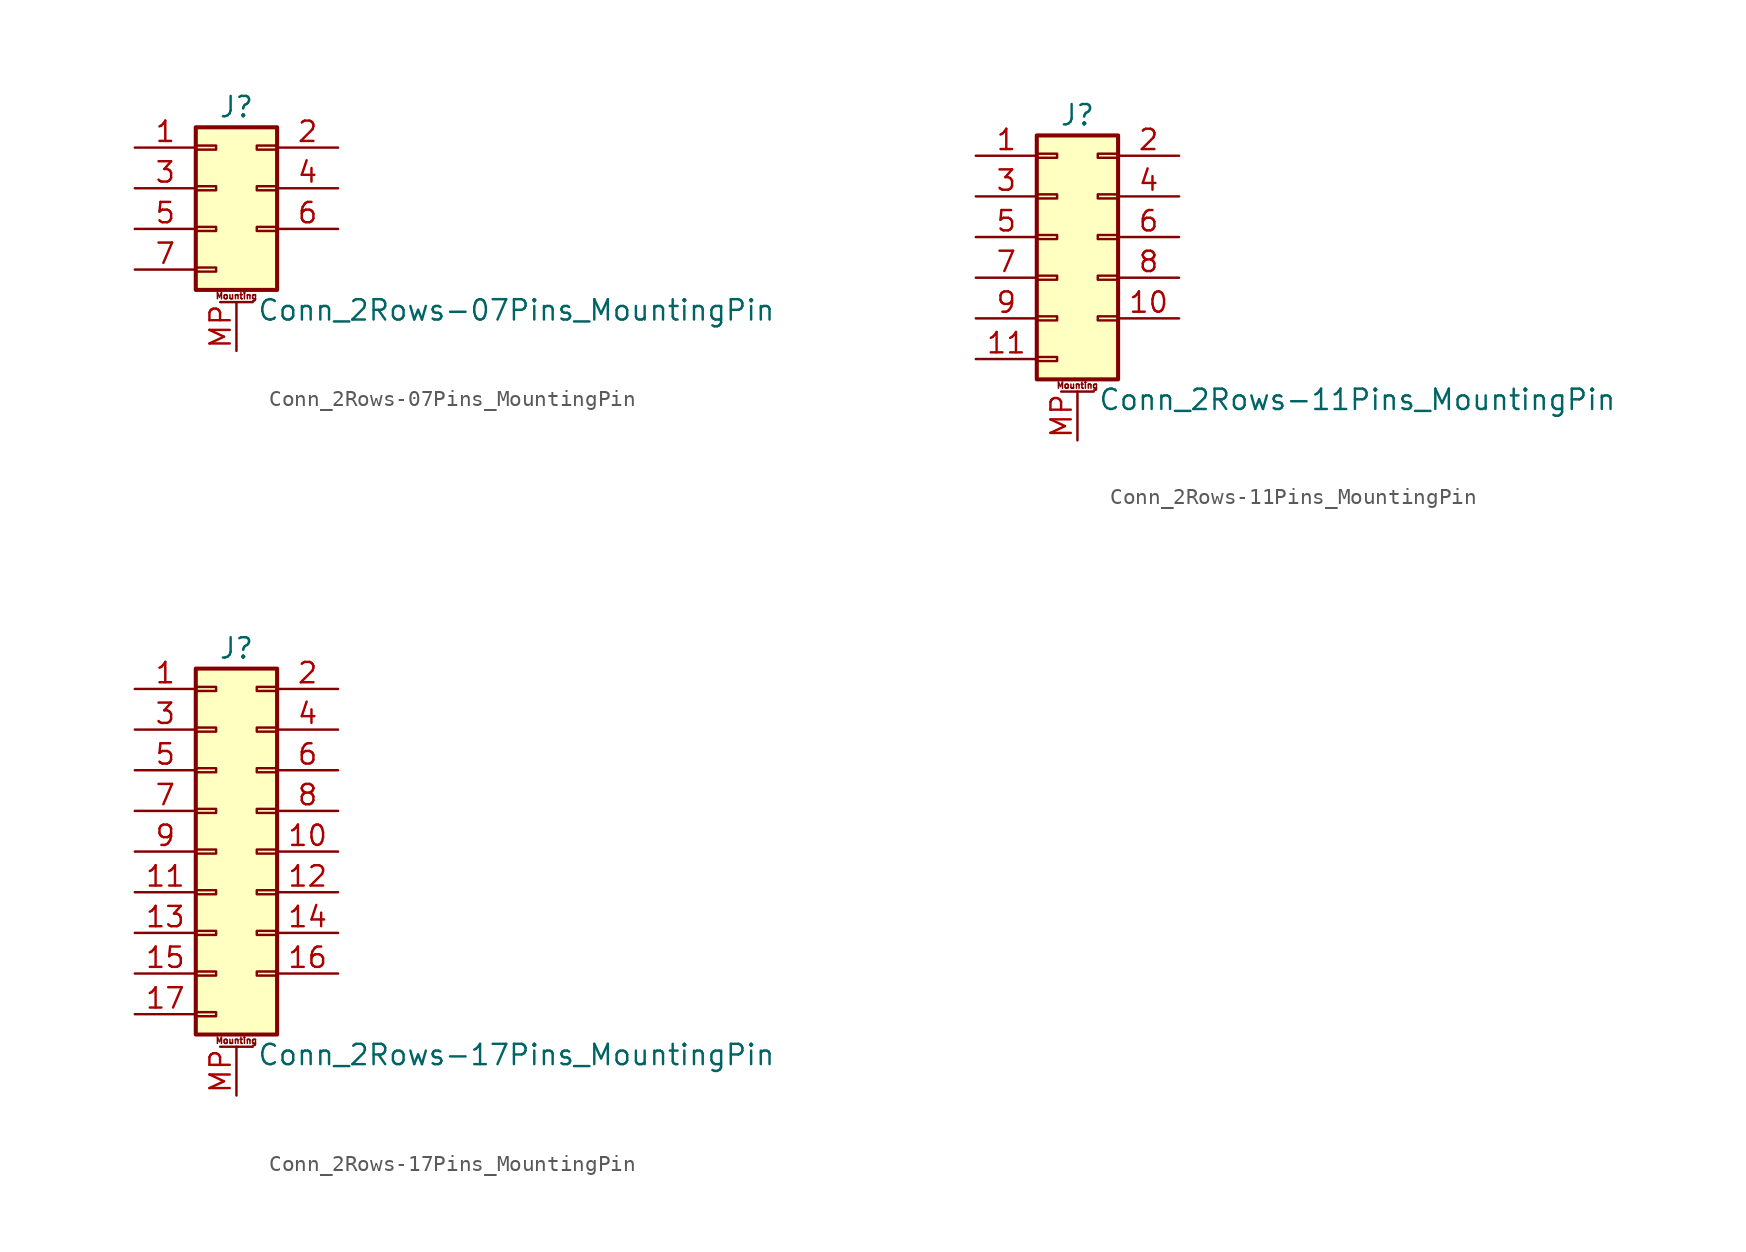
<source format=kicad_sym>
(kicad_symbol_lib
  (version 20211014)
  (generator kicad_symbol_editor)
  (symbol "Conn_2Rows-07Pins_MountingPin"
    (pin_names
      (offset 1.016) hide)
    (property "Reference" "J"
      (at 1.27 5.08 0)
      (effects (font (size 1.27 1.27))))
    (property "Value" "Conn_2Rows-07Pins_MountingPin"
      (at 2.54 -7.62 0)
      (effects (font (size 1.27 1.27)) (justify left)))
    (symbol "Conn_2Rows-07Pins_MountingPin_1_1"
      (rectangle (start -1.27 -4.953) (end 0 -5.207) (stroke (width 0.152) (type default) (color 0 0 0 0)) (fill (type none)))
      (rectangle (start -1.27 -2.413) (end 0 -2.667) (stroke (width 0.152) (type default) (color 0 0 0 0)) (fill (type none)))
      (rectangle (start -1.27 0.127) (end 0 -0.127) (stroke (width 0.152) (type default) (color 0 0 0 0)) (fill (type none)))
      (rectangle (start -1.27 2.667) (end 0 2.413) (stroke (width 0.152) (type default) (color 0 0 0 0)) (fill (type none)))
      (rectangle (start -1.27 3.81) (end 3.81 -6.35) (stroke (width 0.254) (type default) (color 0 0 0 0)) (fill (type background)))
      (polyline (pts (xy 0.254 -7.112) (xy 2.286 -7.112)) (stroke (width 0.152) (type default) (color 0 0 0 0)) (fill (type none)))
      (rectangle (start 3.81 -2.413) (end 2.54 -2.667) (stroke (width 0.152) (type default) (color 0 0 0 0)) (fill (type none)))
      (rectangle (start 3.81 0.127) (end 2.54 -0.127) (stroke (width 0.152) (type default) (color 0 0 0 0)) (fill (type none)))
      (rectangle (start 3.81 2.667) (end 2.54 2.413) (stroke (width 0.152) (type default) (color 0 0 0 0)) (fill (type none)))
      (text "Mounting" (at 1.27 -6.731 0) (effects (font (size 0.381 0.381))))
      (pin passive line (at -5.08 2.54 0) (length 3.81) (name "Pin_1" (effects (font (size 1.27 1.27)))) (number "1" (effects (font (size 1.27 1.27)))))
      (pin passive line (at 7.62 2.54 180) (length 3.81) (name "Pin_2" (effects (font (size 1.27 1.27)))) (number "2" (effects (font (size 1.27 1.27)))))
      (pin passive line (at -5.08 0 0) (length 3.81) (name "Pin_3" (effects (font (size 1.27 1.27)))) (number "3" (effects (font (size 1.27 1.27)))))
      (pin passive line (at 7.62 0 180) (length 3.81) (name "Pin_4" (effects (font (size 1.27 1.27)))) (number "4" (effects (font (size 1.27 1.27)))))
      (pin passive line (at -5.08 -2.54 0) (length 3.81) (name "Pin_5" (effects (font (size 1.27 1.27)))) (number "5" (effects (font (size 1.27 1.27)))))
      (pin passive line (at 7.62 -2.54 180) (length 3.81) (name "Pin_6" (effects (font (size 1.27 1.27)))) (number "6" (effects (font (size 1.27 1.27)))))
      (pin passive line (at -5.08 -5.08 0) (length 3.81) (name "Pin_7" (effects (font (size 1.27 1.27)))) (number "7" (effects (font (size 1.27 1.27)))))
      (pin passive line (at 1.27 -10.16 90) (length 3.048) (name "MountPin" (effects (font (size 1.27 1.27)))) (number "MP" (effects (font (size 1.27 1.27)))))))
  (symbol "Conn_2Rows-11Pins_MountingPin"
    (pin_names
      (offset 1.016) hide)
    (property "Reference" "J"
      (at 1.27 7.62 0)
      (effects (font (size 1.27 1.27))))
    (property "Value" "Conn_2Rows-11Pins_MountingPin"
      (at 2.54 -10.16 0)
      (effects (font (size 1.27 1.27)) (justify left)))
    (symbol "Conn_2Rows-11Pins_MountingPin_1_1"
      (rectangle (start -1.27 -7.493) (end 0 -7.747) (stroke (width 0.152) (type default) (color 0 0 0 0)) (fill (type none)))
      (rectangle (start -1.27 -4.953) (end 0 -5.207) (stroke (width 0.152) (type default) (color 0 0 0 0)) (fill (type none)))
      (rectangle (start -1.27 -2.413) (end 0 -2.667) (stroke (width 0.152) (type default) (color 0 0 0 0)) (fill (type none)))
      (rectangle (start -1.27 0.127) (end 0 -0.127) (stroke (width 0.152) (type default) (color 0 0 0 0)) (fill (type none)))
      (rectangle (start -1.27 2.667) (end 0 2.413) (stroke (width 0.152) (type default) (color 0 0 0 0)) (fill (type none)))
      (rectangle (start -1.27 5.207) (end 0 4.953) (stroke (width 0.152) (type default) (color 0 0 0 0)) (fill (type none)))
      (rectangle (start -1.27 6.35) (end 3.81 -8.89) (stroke (width 0.254) (type default) (color 0 0 0 0)) (fill (type background)))
      (polyline (pts (xy 0.254 -9.652) (xy 2.286 -9.652)) (stroke (width 0.152) (type default) (color 0 0 0 0)) (fill (type none)))
      (rectangle (start 3.81 -4.953) (end 2.54 -5.207) (stroke (width 0.152) (type default) (color 0 0 0 0)) (fill (type none)))
      (rectangle (start 3.81 -2.413) (end 2.54 -2.667) (stroke (width 0.152) (type default) (color 0 0 0 0)) (fill (type none)))
      (rectangle (start 3.81 0.127) (end 2.54 -0.127) (stroke (width 0.152) (type default) (color 0 0 0 0)) (fill (type none)))
      (rectangle (start 3.81 2.667) (end 2.54 2.413) (stroke (width 0.152) (type default) (color 0 0 0 0)) (fill (type none)))
      (rectangle (start 3.81 5.207) (end 2.54 4.953) (stroke (width 0.152) (type default) (color 0 0 0 0)) (fill (type none)))
      (text "Mounting" (at 1.27 -9.271 0) (effects (font (size 0.381 0.381))))
      (pin passive line (at -5.08 5.08 0) (length 3.81) (name "Pin_1" (effects (font (size 1.27 1.27)))) (number "1" (effects (font (size 1.27 1.27)))))
      (pin passive line (at 7.62 -5.08 180) (length 3.81) (name "Pin_10" (effects (font (size 1.27 1.27)))) (number "10" (effects (font (size 1.27 1.27)))))
      (pin passive line (at -5.08 -7.62 0) (length 3.81) (name "Pin_11" (effects (font (size 1.27 1.27)))) (number "11" (effects (font (size 1.27 1.27)))))
      (pin passive line (at 7.62 5.08 180) (length 3.81) (name "Pin_2" (effects (font (size 1.27 1.27)))) (number "2" (effects (font (size 1.27 1.27)))))
      (pin passive line (at -5.08 2.54 0) (length 3.81) (name "Pin_3" (effects (font (size 1.27 1.27)))) (number "3" (effects (font (size 1.27 1.27)))))
      (pin passive line (at 7.62 2.54 180) (length 3.81) (name "Pin_4" (effects (font (size 1.27 1.27)))) (number "4" (effects (font (size 1.27 1.27)))))
      (pin passive line (at -5.08 0 0) (length 3.81) (name "Pin_5" (effects (font (size 1.27 1.27)))) (number "5" (effects (font (size 1.27 1.27)))))
      (pin passive line (at 7.62 0 180) (length 3.81) (name "Pin_6" (effects (font (size 1.27 1.27)))) (number "6" (effects (font (size 1.27 1.27)))))
      (pin passive line (at -5.08 -2.54 0) (length 3.81) (name "Pin_7" (effects (font (size 1.27 1.27)))) (number "7" (effects (font (size 1.27 1.27)))))
      (pin passive line (at 7.62 -2.54 180) (length 3.81) (name "Pin_8" (effects (font (size 1.27 1.27)))) (number "8" (effects (font (size 1.27 1.27)))))
      (pin passive line (at -5.08 -5.08 0) (length 3.81) (name "Pin_9" (effects (font (size 1.27 1.27)))) (number "9" (effects (font (size 1.27 1.27)))))
      (pin passive line (at 1.27 -12.7 90) (length 3.048) (name "MountPin" (effects (font (size 1.27 1.27)))) (number "MP" (effects (font (size 1.27 1.27)))))))
  (symbol "Conn_2Rows-17Pins_MountingPin"
    (pin_names
      (offset 1.016) hide)
    (property "Reference" "J"
      (at 1.27 12.7 0)
      (effects (font (size 1.27 1.27))))
    (property "Value" "Conn_2Rows-17Pins_MountingPin"
      (at 2.54 -12.7 0)
      (effects (font (size 1.27 1.27)) (justify left)))
    (symbol "Conn_2Rows-17Pins_MountingPin_1_1"
      (rectangle (start -1.27 -10.033) (end 0 -10.287) (stroke (width 0.152) (type default) (color 0 0 0 0)) (fill (type none)))
      (rectangle (start -1.27 -7.493) (end 0 -7.747) (stroke (width 0.152) (type default) (color 0 0 0 0)) (fill (type none)))
      (rectangle (start -1.27 -4.953) (end 0 -5.207) (stroke (width 0.152) (type default) (color 0 0 0 0)) (fill (type none)))
      (rectangle (start -1.27 -2.413) (end 0 -2.667) (stroke (width 0.152) (type default) (color 0 0 0 0)) (fill (type none)))
      (rectangle (start -1.27 0.127) (end 0 -0.127) (stroke (width 0.152) (type default) (color 0 0 0 0)) (fill (type none)))
      (rectangle (start -1.27 2.667) (end 0 2.413) (stroke (width 0.152) (type default) (color 0 0 0 0)) (fill (type none)))
      (rectangle (start -1.27 5.207) (end 0 4.953) (stroke (width 0.152) (type default) (color 0 0 0 0)) (fill (type none)))
      (rectangle (start -1.27 7.747) (end 0 7.493) (stroke (width 0.152) (type default) (color 0 0 0 0)) (fill (type none)))
      (rectangle (start -1.27 10.287) (end 0 10.033) (stroke (width 0.152) (type default) (color 0 0 0 0)) (fill (type none)))
      (rectangle (start -1.27 11.43) (end 3.81 -11.43) (stroke (width 0.254) (type default) (color 0 0 0 0)) (fill (type background)))
      (polyline (pts (xy 0.254 -12.192) (xy 2.286 -12.192)) (stroke (width 0.152) (type default) (color 0 0 0 0)) (fill (type none)))
      (rectangle (start 3.81 -7.493) (end 2.54 -7.747) (stroke (width 0.152) (type default) (color 0 0 0 0)) (fill (type none)))
      (rectangle (start 3.81 -4.953) (end 2.54 -5.207) (stroke (width 0.152) (type default) (color 0 0 0 0)) (fill (type none)))
      (rectangle (start 3.81 -2.413) (end 2.54 -2.667) (stroke (width 0.152) (type default) (color 0 0 0 0)) (fill (type none)))
      (rectangle (start 3.81 0.127) (end 2.54 -0.127) (stroke (width 0.152) (type default) (color 0 0 0 0)) (fill (type none)))
      (rectangle (start 3.81 2.667) (end 2.54 2.413) (stroke (width 0.152) (type default) (color 0 0 0 0)) (fill (type none)))
      (rectangle (start 3.81 5.207) (end 2.54 4.953) (stroke (width 0.152) (type default) (color 0 0 0 0)) (fill (type none)))
      (rectangle (start 3.81 7.747) (end 2.54 7.493) (stroke (width 0.152) (type default) (color 0 0 0 0)) (fill (type none)))
      (rectangle (start 3.81 10.287) (end 2.54 10.033) (stroke (width 0.152) (type default) (color 0 0 0 0)) (fill (type none)))
      (text "Mounting" (at 1.27 -11.811 0) (effects (font (size 0.381 0.381))))
      (pin passive line (at -5.08 10.16 0) (length 3.81) (name "Pin_1" (effects (font (size 1.27 1.27)))) (number "1" (effects (font (size 1.27 1.27)))))
      (pin passive line (at 7.62 0 180) (length 3.81) (name "Pin_10" (effects (font (size 1.27 1.27)))) (number "10" (effects (font (size 1.27 1.27)))))
      (pin passive line (at -5.08 -2.54 0) (length 3.81) (name "Pin_11" (effects (font (size 1.27 1.27)))) (number "11" (effects (font (size 1.27 1.27)))))
      (pin passive line (at 7.62 -2.54 180) (length 3.81) (name "Pin_12" (effects (font (size 1.27 1.27)))) (number "12" (effects (font (size 1.27 1.27)))))
      (pin passive line (at -5.08 -5.08 0) (length 3.81) (name "Pin_13" (effects (font (size 1.27 1.27)))) (number "13" (effects (font (size 1.27 1.27)))))
      (pin passive line (at 7.62 -5.08 180) (length 3.81) (name "Pin_14" (effects (font (size 1.27 1.27)))) (number "14" (effects (font (size 1.27 1.27)))))
      (pin passive line (at -5.08 -7.62 0) (length 3.81) (name "Pin_15" (effects (font (size 1.27 1.27)))) (number "15" (effects (font (size 1.27 1.27)))))
      (pin passive line (at 7.62 -7.62 180) (length 3.81) (name "Pin_16" (effects (font (size 1.27 1.27)))) (number "16" (effects (font (size 1.27 1.27)))))
      (pin passive line (at -5.08 -10.16 0) (length 3.81) (name "Pin_17" (effects (font (size 1.27 1.27)))) (number "17" (effects (font (size 1.27 1.27)))))
      (pin passive line (at 7.62 10.16 180) (length 3.81) (name "Pin_2" (effects (font (size 1.27 1.27)))) (number "2" (effects (font (size 1.27 1.27)))))
      (pin passive line (at -5.08 7.62 0) (length 3.81) (name "Pin_3" (effects (font (size 1.27 1.27)))) (number "3" (effects (font (size 1.27 1.27)))))
      (pin passive line (at 7.62 7.62 180) (length 3.81) (name "Pin_4" (effects (font (size 1.27 1.27)))) (number "4" (effects (font (size 1.27 1.27)))))
      (pin passive line (at -5.08 5.08 0) (length 3.81) (name "Pin_5" (effects (font (size 1.27 1.27)))) (number "5" (effects (font (size 1.27 1.27)))))
      (pin passive line (at 7.62 5.08 180) (length 3.81) (name "Pin_6" (effects (font (size 1.27 1.27)))) (number "6" (effects (font (size 1.27 1.27)))))
      (pin passive line (at -5.08 2.54 0) (length 3.81) (name "Pin_7" (effects (font (size 1.27 1.27)))) (number "7" (effects (font (size 1.27 1.27)))))
      (pin passive line (at 7.62 2.54 180) (length 3.81) (name "Pin_8" (effects (font (size 1.27 1.27)))) (number "8" (effects (font (size 1.27 1.27)))))
      (pin passive line (at -5.08 0 0) (length 3.81) (name "Pin_9" (effects (font (size 1.27 1.27)))) (number "9" (effects (font (size 1.27 1.27)))))
      (pin passive line (at 1.27 -15.24 90) (length 3.048) (name "MountPin" (effects (font (size 1.27 1.27)))) (number "MP" (effects (font (size 1.27 1.27))))))))
</source>
